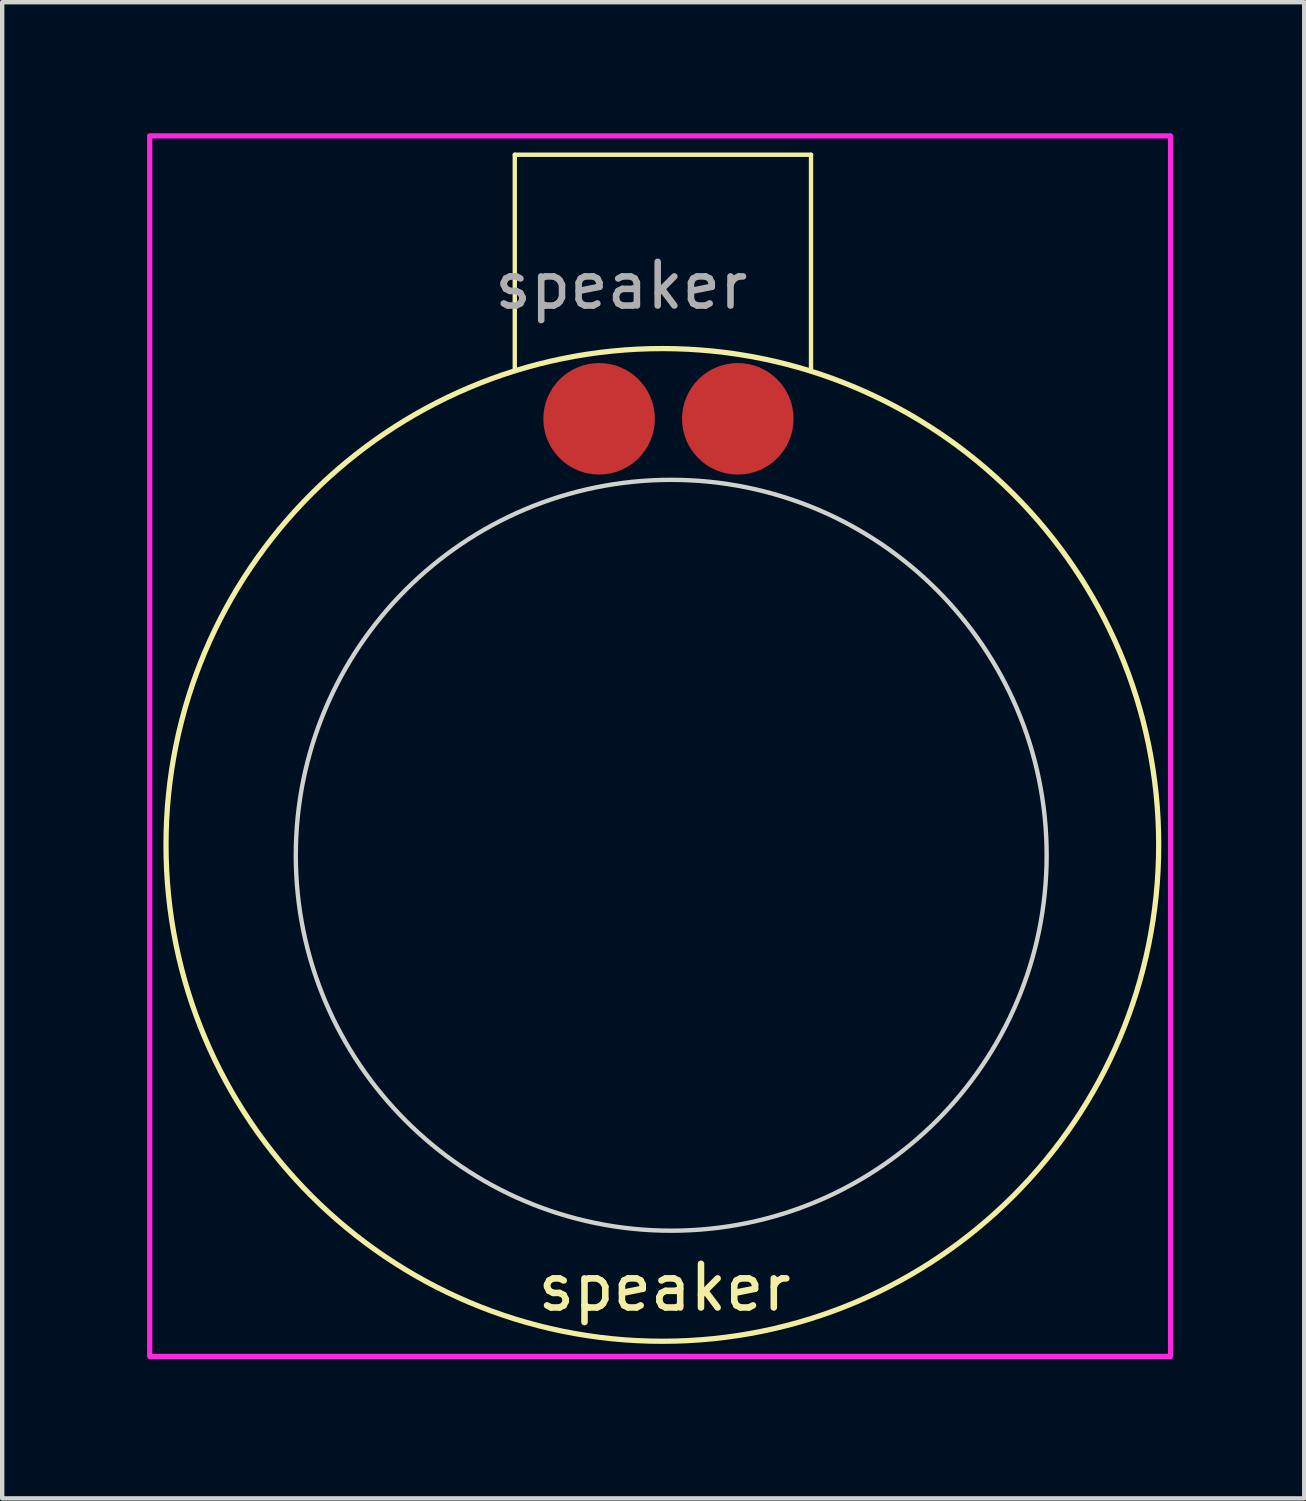
<source format=kicad_pcb>
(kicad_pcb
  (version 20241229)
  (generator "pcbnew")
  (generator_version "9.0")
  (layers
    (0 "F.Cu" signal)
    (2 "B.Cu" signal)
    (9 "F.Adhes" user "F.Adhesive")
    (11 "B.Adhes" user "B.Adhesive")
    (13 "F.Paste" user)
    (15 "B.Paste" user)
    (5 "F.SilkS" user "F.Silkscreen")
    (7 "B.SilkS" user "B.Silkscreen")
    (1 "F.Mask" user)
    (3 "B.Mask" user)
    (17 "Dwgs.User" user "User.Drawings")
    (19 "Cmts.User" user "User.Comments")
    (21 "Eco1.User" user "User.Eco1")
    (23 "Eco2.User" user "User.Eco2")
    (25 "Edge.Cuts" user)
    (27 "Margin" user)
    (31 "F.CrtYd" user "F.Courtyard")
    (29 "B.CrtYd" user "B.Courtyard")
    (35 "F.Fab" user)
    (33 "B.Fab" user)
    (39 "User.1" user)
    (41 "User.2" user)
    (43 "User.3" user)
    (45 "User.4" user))
  (footprint "speaker"
    (layer "F.Cu")
    (at 0.25 28)
    (property "Reference" "speaker" (at 11.913 -1.575 0) (unlocked yes) (layer "F.SilkS") (effects (font (size 1 1) (thickness 0.15))))
    (attr smd)
    (fp_line (start 8.484 -27.508) (end 8.484 -22.606) (stroke (width 0.1) (type solid)) (layer "F.SilkS"))
    (fp_line (start 15.265 -27.508) (end 8.484 -27.508) (stroke (width 0.1) (type solid)) (layer "F.SilkS"))
    (fp_line (start 15.265 -22.606) (end 15.265 -27.508) (stroke (width 0.1) (type solid)) (layer "F.SilkS"))
    (fp_circle (center 11.862 -11.709) (end 4.978 -20.748) (stroke (width 0.12) (type solid)) (fill no) (layer "F.SilkS"))
    (fp_circle (center 12.065 -11.472) (end 7.405 -18.693) (stroke (width 0.1) (type solid)) (fill no) (layer "Edge.Cuts"))
    (fp_rect (start 0.127 0) (end 23.495 -27.94) (stroke (width 0.12) (type solid)) (fill no) (layer "F.CrtYd"))
    (fp_text user "${REFERENCE}" (at 10.922 -24.511 0) (unlocked yes) (layer "F.Fab") (effects (font (size 1 1) (thickness 0.15))))
    (pad "1" smd circle (at 10.414 -21.463) (size 2.553 2.553) (layers "F.Cu" "F.Mask" "F.Paste"))
    (pad "1" smd circle (at 13.589 -21.463) (size 2.553 2.553) (layers "F.Cu" "F.Mask" "F.Paste")))
  (gr_rect
    (start -3 -3)
    (end 26.805 31.25)
    (stroke (width 0.1) (type default))
    (fill no)
    (layer "Edge.Cuts")))
</source>
